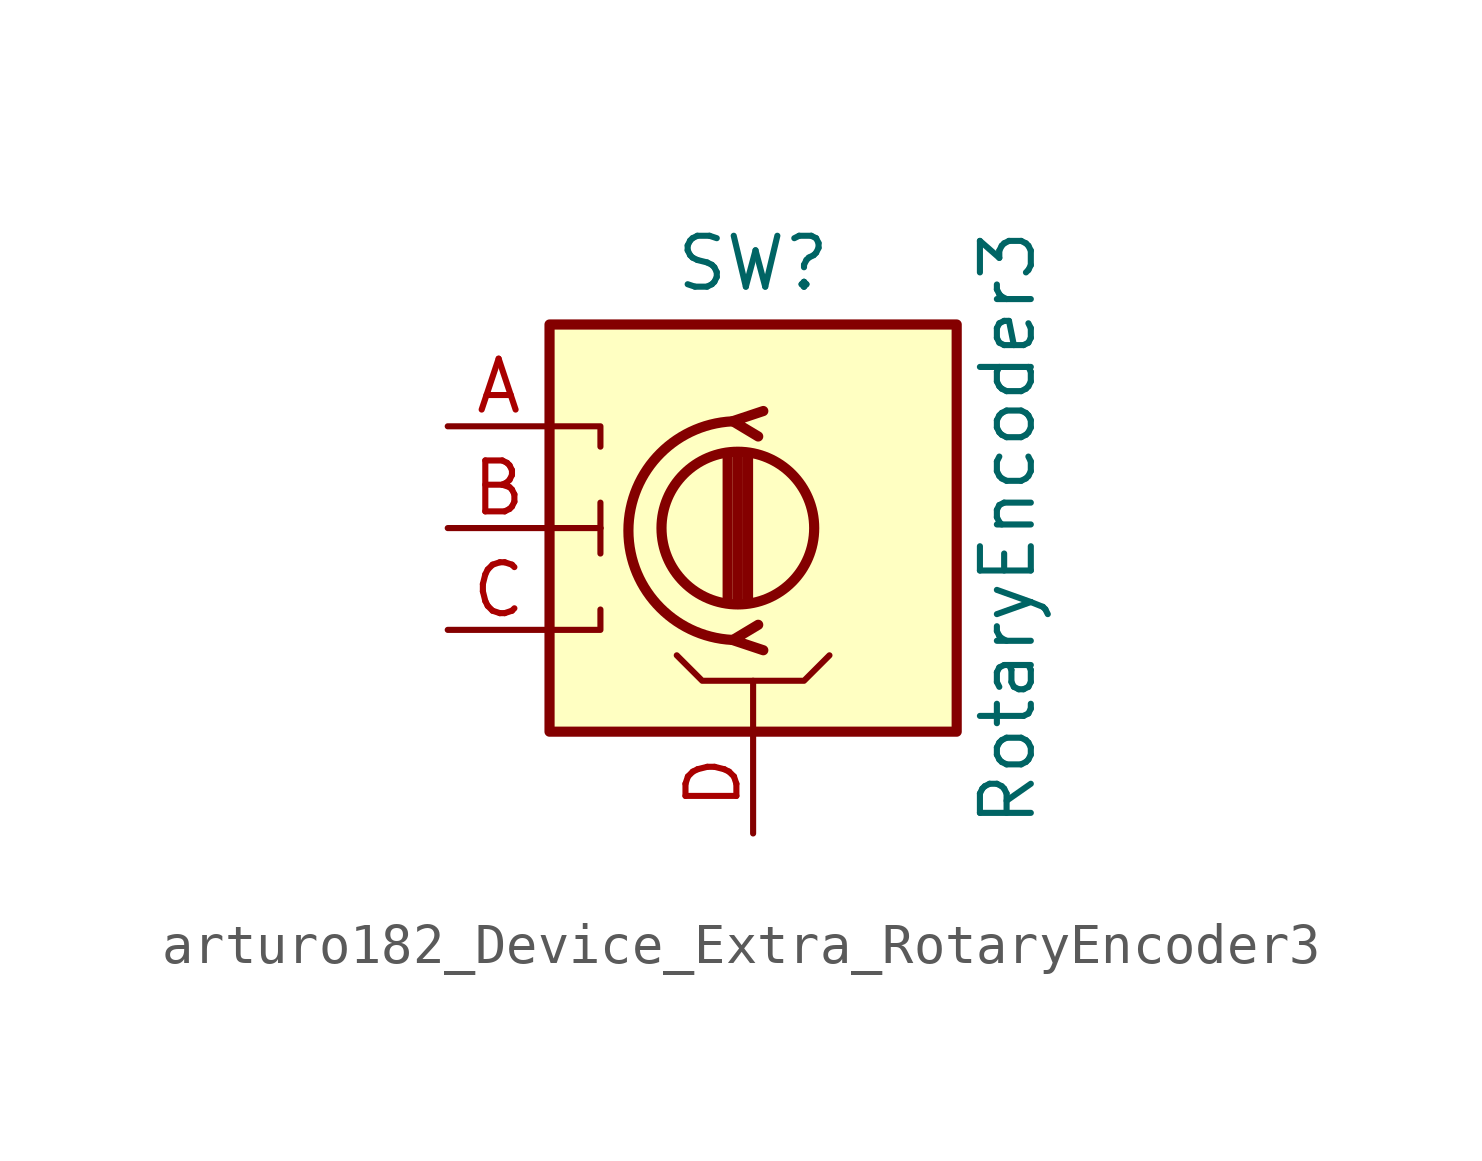
<source format=kicad_sym>
(kicad_symbol_lib
  (version 20220914)
  (generator kicad_symbol_editor)
  (symbol "arturo182_Device_Extra_RotaryEncoder3"
    (pin_names
      (offset 0.254) hide)
    (property "Reference" "SW"
      (at 0 6.604 0)
      (effects (font (size 1.27 1.27))))
    (property "Value" "RotaryEncoder3"
      (at 6.35 0 90)
      (effects (font (size 1.27 1.27))))
    (symbol "arturo182_Device_Extra_RotaryEncoder3_0_1"
      (rectangle (start -5.08 5.08) (end 5.08 -5.08) (stroke (width 0.254) (type default)) (fill (type background)))
      (circle (center -0.381 0) (radius 1.905) (stroke (width 0.254) (type default)) (fill (type none)))
      (arc (start -0.381 2.667) (mid -3.0988 -0.0635) (end -0.381 -2.794) (stroke (width 0.254) (type default)) (fill (type none)))
      (polyline (pts (xy -5.08 0) (xy -3.81 0)) (stroke (width 0) (type default)) (fill (type none)))
      (polyline (pts (xy -3.81 0) (xy -3.81 -0.635)) (stroke (width 0) (type default)) (fill (type none)))
      (polyline (pts (xy -3.81 0) (xy -3.81 0.635)) (stroke (width 0) (type default)) (fill (type none)))
      (polyline (pts (xy -0.635 -1.778) (xy -0.635 1.778)) (stroke (width 0.254) (type default)) (fill (type none)))
      (polyline (pts (xy -0.381 -1.778) (xy -0.381 1.778)) (stroke (width 0.254) (type default)) (fill (type none)))
      (polyline (pts (xy -0.127 1.778) (xy -0.127 -1.778)) (stroke (width 0.254) (type default)) (fill (type none)))
      (polyline (pts (xy -5.08 -2.54) (xy -3.81 -2.54) (xy -3.81 -2.032)) (stroke (width 0) (type default)) (fill (type none)))
      (polyline (pts (xy -5.08 2.54) (xy -3.81 2.54) (xy -3.81 2.032)) (stroke (width 0) (type default)) (fill (type none)))
      (polyline (pts (xy 0 -3.81) (xy 1.27 -3.81) (xy 1.905 -3.175)) (stroke (width 0) (type default)) (fill (type none)))
      (polyline (pts (xy 0.254 -3.048) (xy -0.508 -2.794) (xy 0.127 -2.413)) (stroke (width 0.254) (type default)) (fill (type none)))
      (polyline (pts (xy 0.254 2.921) (xy -0.508 2.667) (xy 0.127 2.286)) (stroke (width 0.254) (type default)) (fill (type none)))
      (polyline (pts (xy 0 -5.08) (xy 0 -3.81) (xy -1.27 -3.81) (xy -1.905 -3.175)) (stroke (width 0) (type default)) (fill (type none))))
    (symbol "arturo182_Device_Extra_RotaryEncoder3_1_1"
      (pin passive line (at -7.62 2.54 0) (length 2.54) (name "A" (effects (font (size 1.27 1.27)))) (number "A" (effects (font (size 1.27 1.27)))))
      (pin passive line (at -7.62 0 0) (length 2.54) (name "B" (effects (font (size 1.27 1.27)))) (number "B" (effects (font (size 1.27 1.27)))))
      (pin passive line (at -7.62 -2.54 0) (length 2.54) (name "C" (effects (font (size 1.27 1.27)))) (number "C" (effects (font (size 1.27 1.27)))))
      (pin passive line (at 0 -7.62 90) (length 2.54) (name "D" (effects (font (size 1.27 1.27)))) (number "D" (effects (font (size 1.27 1.27))))))))
</source>
